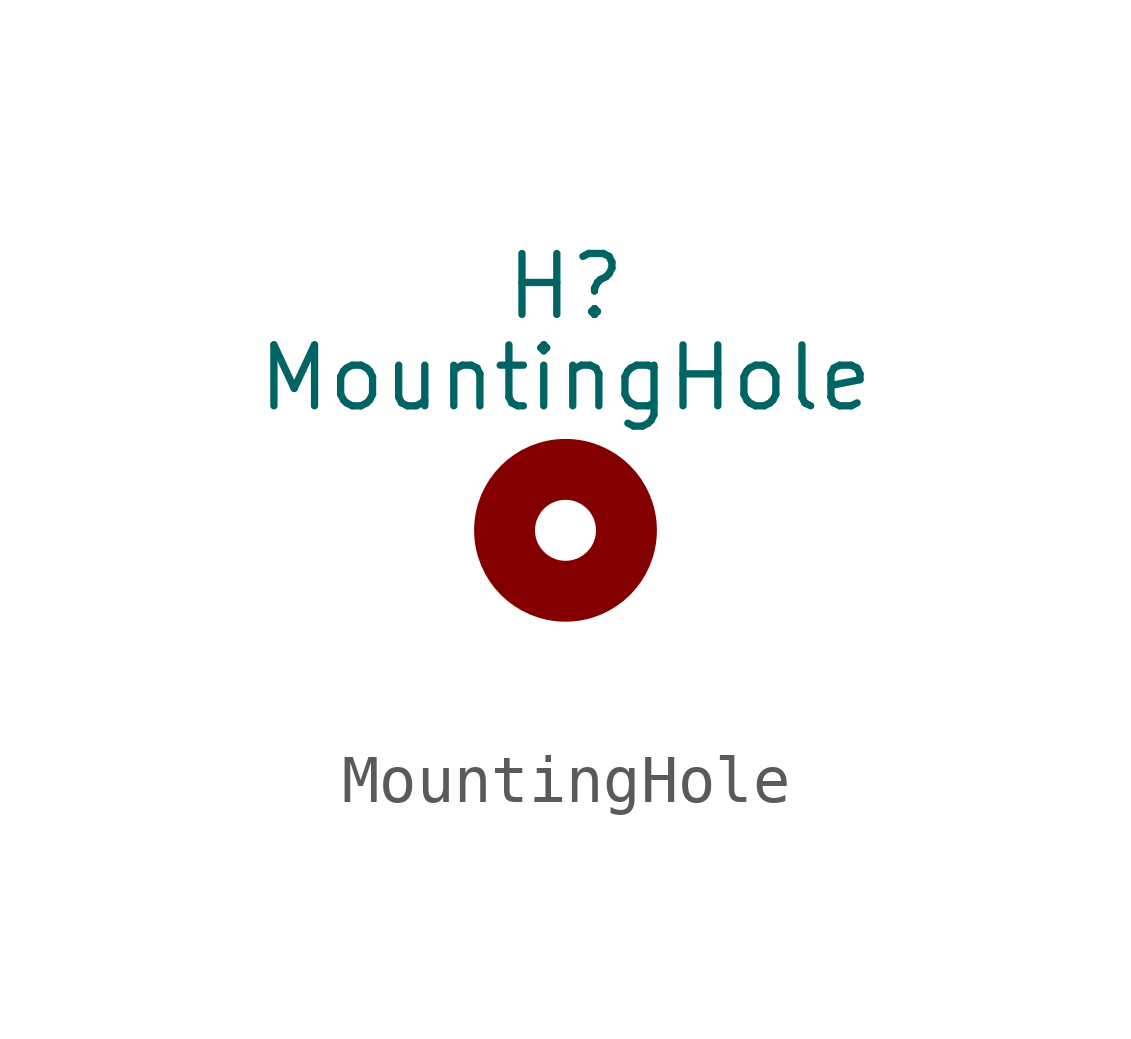
<source format=kicad_sym>
(kicad_symbol_lib
  (version 20211014)
  (generator kicad_symbol_editor)
  (symbol "MountingHole"
    (pin_names
      (offset 1.016))
    (property "Reference" "H"
      (at 0 5.08 0)
      (effects (font (size 1.27 1.27))))
    (property "Value" "MountingHole"
      (at 0 3.175 0)
      (effects (font (size 1.27 1.27))))
    (property "Assembly" ""
      (at 3.81 5.08 0)
      (effects (font (size 1.27 1.27))))
    (property "MPN" ""
      (at 0 -3.175 0)
      (effects (font (size 1.27 1.27))))
    (symbol "MountingHole_0_1"
      (circle (center 0 0) (radius 1.27) (stroke (width 1.27) (type default) (color 0 0 0 0)) (fill (type none))))))
</source>
